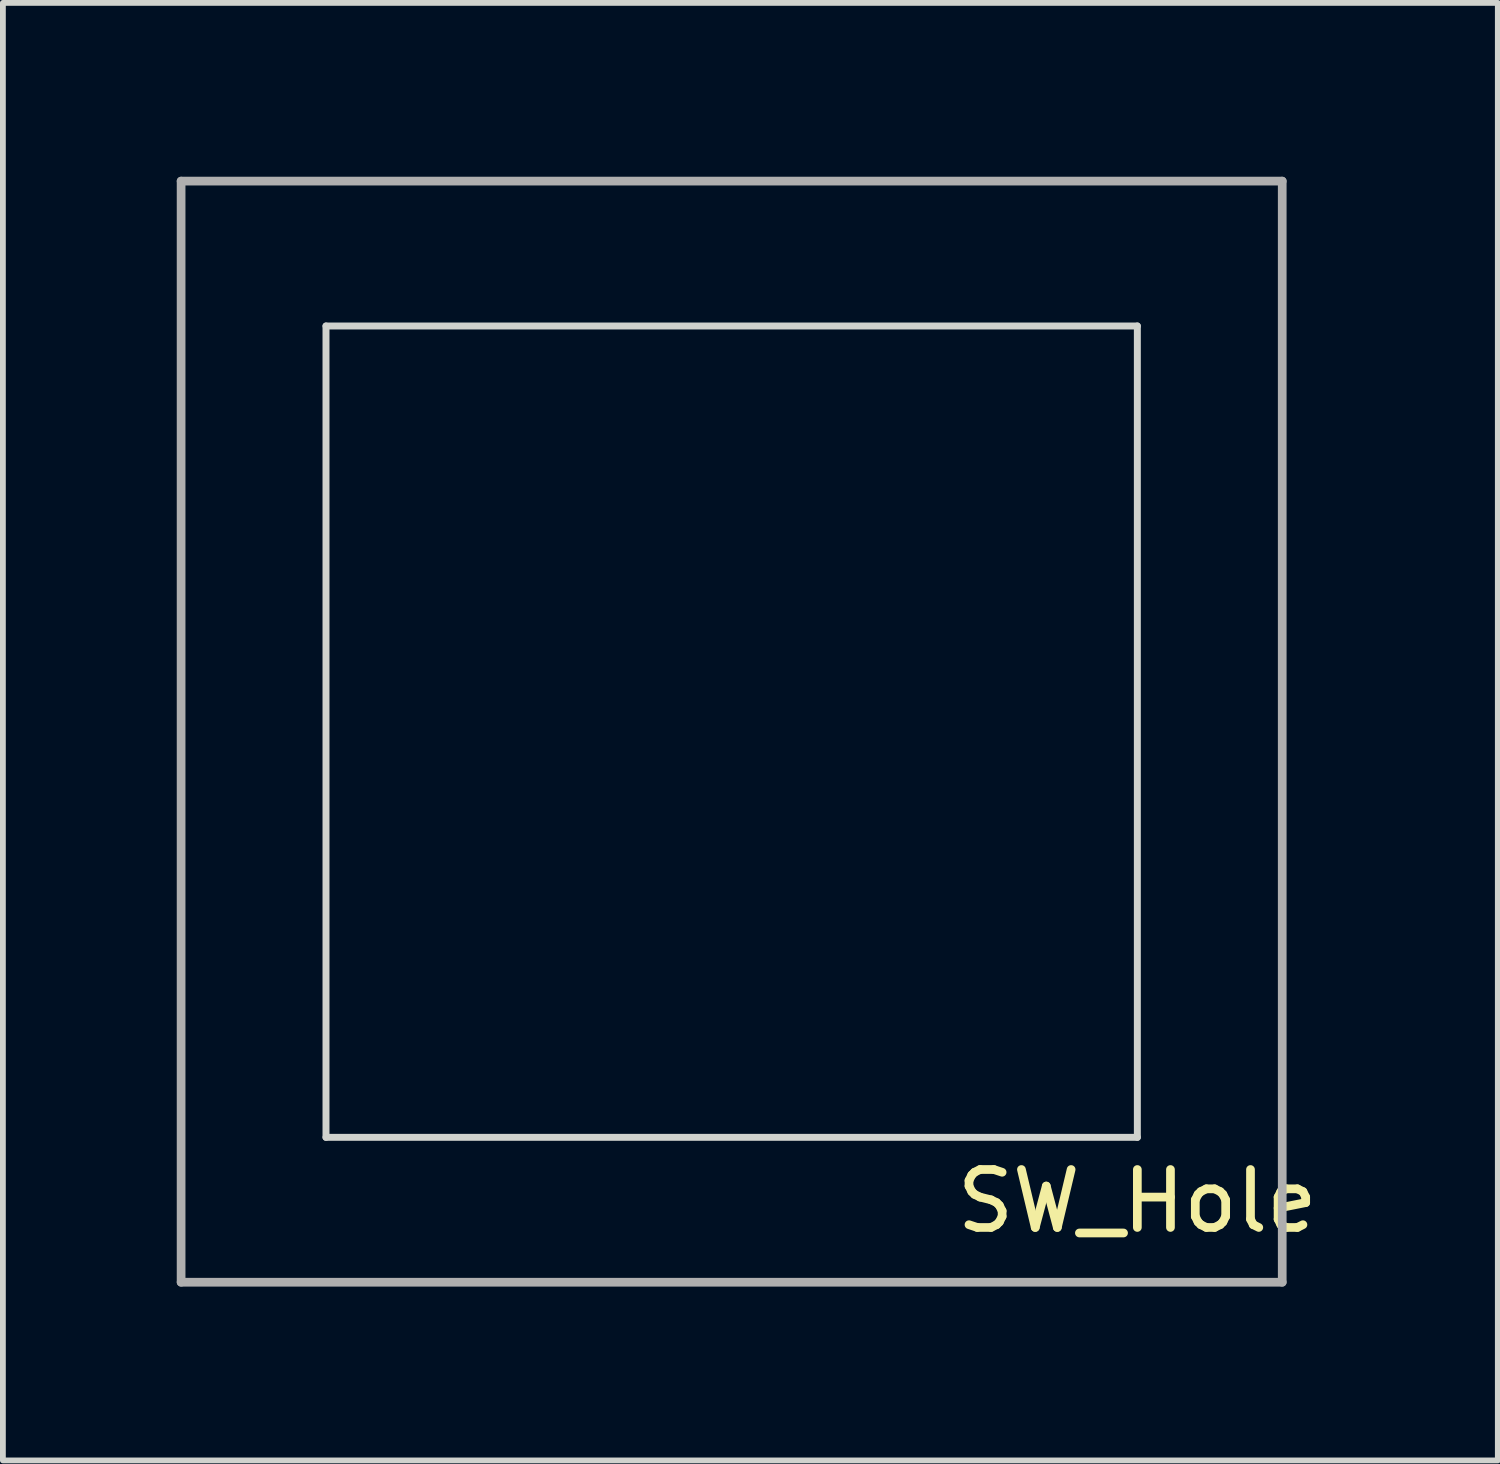
<source format=kicad_pcb>
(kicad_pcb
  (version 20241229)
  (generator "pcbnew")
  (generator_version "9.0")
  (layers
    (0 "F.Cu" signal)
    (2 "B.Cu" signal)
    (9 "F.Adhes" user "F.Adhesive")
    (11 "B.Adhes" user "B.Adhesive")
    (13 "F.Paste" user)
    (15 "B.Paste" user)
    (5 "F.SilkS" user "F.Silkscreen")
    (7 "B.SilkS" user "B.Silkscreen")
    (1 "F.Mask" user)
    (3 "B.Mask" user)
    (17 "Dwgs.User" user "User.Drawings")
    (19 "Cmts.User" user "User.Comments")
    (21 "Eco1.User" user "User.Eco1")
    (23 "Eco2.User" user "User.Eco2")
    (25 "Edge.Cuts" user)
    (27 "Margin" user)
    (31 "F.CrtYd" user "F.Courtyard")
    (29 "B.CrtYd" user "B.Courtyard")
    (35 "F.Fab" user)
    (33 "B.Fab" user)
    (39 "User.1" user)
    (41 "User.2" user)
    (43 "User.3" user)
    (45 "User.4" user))
  (footprint "SW_Hole"
    (layer "F.Cu")
    (at 9.575 9.575)
    (property "Reference" "SW_Hole" (at 7 8.1 0) (layer "F.SilkS") (effects (font (size 1 1) (thickness 0.15))))
    (attr through_hole)
    (fp_line (start -7 -7) (end -7 7) (stroke (width 0.12) (type solid)) (layer "Edge.Cuts"))
    (fp_line (start -7 7) (end 7 7) (stroke (width 0.12) (type solid)) (layer "Edge.Cuts"))
    (fp_line (start 7 -7) (end -7 -7) (stroke (width 0.12) (type solid)) (layer "Edge.Cuts"))
    (fp_line (start 7 7) (end 7 -7) (stroke (width 0.12) (type solid)) (layer "Edge.Cuts"))
    (fp_line (start -9.5 -9.5) (end -9.5 9.5) (stroke (width 0.15) (type solid)) (layer "F.Fab"))
    (fp_line (start -9.5 9.5) (end 9.5 9.5) (stroke (width 0.15) (type solid)) (layer "F.Fab"))
    (fp_line (start 9.5 -9.5) (end -9.5 -9.5) (stroke (width 0.15) (type solid)) (layer "F.Fab"))
    (fp_line (start 9.5 9.5) (end 9.5 -9.5) (stroke (width 0.15) (type solid)) (layer "F.Fab")))
  (gr_rect
    (start -3 -3)
    (end 22.795 22.15)
    (stroke (width 0.1) (type default))
    (fill no)
    (layer "Edge.Cuts")))
</source>
